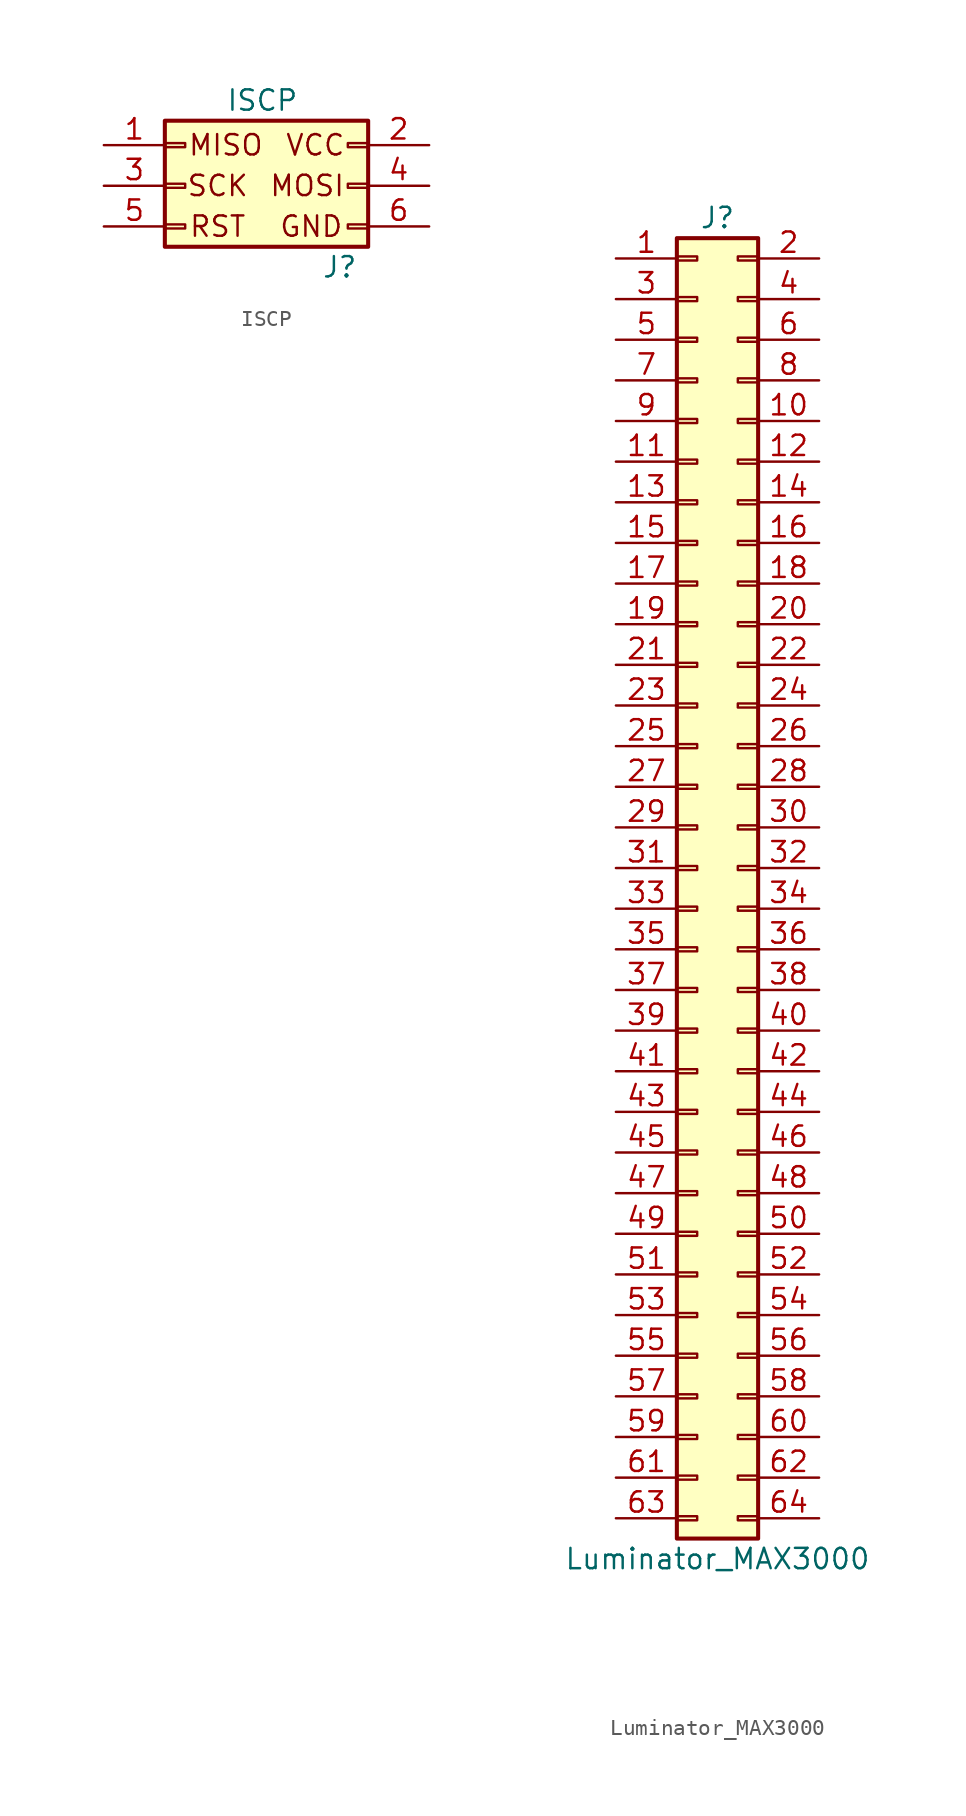
<source format=kicad_sym>
(kicad_symbol_lib
  (version 20211014)
  (generator kicad_symbol_editor)
  (symbol "ISCP"
    (pin_names
      (offset 1.016) hide)
    (property "Reference" "J"
      (at 4.572 -5.08 0)
      (effects (font (size 1.27 1.27))))
    (property "Value" "ISCP"
      (at -0.254 5.334 0)
      (effects (font (size 1.27 1.27))))
    (symbol "ISCP_0_0"
      (text "GND" (at 2.794 -2.54 0) (effects (font (size 1.27 1.27))))
      (text "MISO" (at -2.54 2.54 0) (effects (font (size 1.27 1.27))))
      (text "MOSI" (at 2.54 0 0) (effects (font (size 1.27 1.27))))
      (text "RST" (at -3.048 -2.54 0) (effects (font (size 1.27 1.27))))
      (text "SCK" (at -3.048 0 0) (effects (font (size 1.27 1.27))))
      (text "VCC" (at 3.048 2.54 0) (effects (font (size 1.27 1.27)))))
    (symbol "ISCP_1_1"
      (rectangle (start -6.35 -2.413) (end -5.08 -2.667) (stroke (width 0.152) (type default) (color 0 0 0 0)) (fill (type none)))
      (rectangle (start -6.35 0.127) (end -5.08 -0.127) (stroke (width 0.152) (type default) (color 0 0 0 0)) (fill (type none)))
      (rectangle (start -6.35 2.667) (end -5.08 2.413) (stroke (width 0.152) (type default) (color 0 0 0 0)) (fill (type none)))
      (rectangle (start -6.35 4.064) (end 6.35 -3.81) (stroke (width 0.254) (type default) (color 0 0 0 0)) (fill (type background)))
      (rectangle (start 6.35 -2.413) (end 5.08 -2.667) (stroke (width 0.152) (type default) (color 0 0 0 0)) (fill (type none)))
      (rectangle (start 6.35 0.127) (end 5.08 -0.127) (stroke (width 0.152) (type default) (color 0 0 0 0)) (fill (type none)))
      (rectangle (start 6.35 2.667) (end 5.08 2.413) (stroke (width 0.152) (type default) (color 0 0 0 0)) (fill (type none)))
      (pin passive line (at -10.16 2.54 0) (length 3.81) (name "Pin_1" (effects (font (size 1.27 1.27)))) (number "1" (effects (font (size 1.27 1.27)))))
      (pin passive line (at 10.16 2.54 180) (length 3.81) (name "Pin_2" (effects (font (size 1.27 1.27)))) (number "2" (effects (font (size 1.27 1.27)))))
      (pin passive line (at -10.16 0 0) (length 3.81) (name "Pin_3" (effects (font (size 1.27 1.27)))) (number "3" (effects (font (size 1.27 1.27)))))
      (pin passive line (at 10.16 0 180) (length 3.81) (name "Pin_4" (effects (font (size 1.27 1.27)))) (number "4" (effects (font (size 1.27 1.27)))))
      (pin passive line (at -10.16 -2.54 0) (length 3.81) (name "Pin_5" (effects (font (size 1.27 1.27)))) (number "5" (effects (font (size 1.27 1.27)))))
      (pin passive line (at 10.16 -2.54 180) (length 3.81) (name "Pin_6" (effects (font (size 1.27 1.27)))) (number "6" (effects (font (size 1.27 1.27)))))))
  (symbol "Luminator_MAX3000"
    (pin_names
      (offset 1.016) hide)
    (property "Reference" "J"
      (at 1.27 40.64 0)
      (effects (font (size 1.27 1.27))))
    (property "Value" "Luminator_MAX3000"
      (at 1.27 -43.18 0)
      (effects (font (size 1.27 1.27))))
    (symbol "Luminator_MAX3000_1_1"
      (rectangle (start -1.27 -40.513) (end 0 -40.767) (stroke (width 0.152) (type default) (color 0 0 0 0)) (fill (type none)))
      (rectangle (start -1.27 -37.973) (end 0 -38.227) (stroke (width 0.152) (type default) (color 0 0 0 0)) (fill (type none)))
      (rectangle (start -1.27 -35.433) (end 0 -35.687) (stroke (width 0.152) (type default) (color 0 0 0 0)) (fill (type none)))
      (rectangle (start -1.27 -32.893) (end 0 -33.147) (stroke (width 0.152) (type default) (color 0 0 0 0)) (fill (type none)))
      (rectangle (start -1.27 -30.353) (end 0 -30.607) (stroke (width 0.152) (type default) (color 0 0 0 0)) (fill (type none)))
      (rectangle (start -1.27 -27.813) (end 0 -28.067) (stroke (width 0.152) (type default) (color 0 0 0 0)) (fill (type none)))
      (rectangle (start -1.27 -25.273) (end 0 -25.527) (stroke (width 0.152) (type default) (color 0 0 0 0)) (fill (type none)))
      (rectangle (start -1.27 -22.733) (end 0 -22.987) (stroke (width 0.152) (type default) (color 0 0 0 0)) (fill (type none)))
      (rectangle (start -1.27 -20.193) (end 0 -20.447) (stroke (width 0.152) (type default) (color 0 0 0 0)) (fill (type none)))
      (rectangle (start -1.27 -17.653) (end 0 -17.907) (stroke (width 0.152) (type default) (color 0 0 0 0)) (fill (type none)))
      (rectangle (start -1.27 -15.113) (end 0 -15.367) (stroke (width 0.152) (type default) (color 0 0 0 0)) (fill (type none)))
      (rectangle (start -1.27 -12.573) (end 0 -12.827) (stroke (width 0.152) (type default) (color 0 0 0 0)) (fill (type none)))
      (rectangle (start -1.27 -10.033) (end 0 -10.287) (stroke (width 0.152) (type default) (color 0 0 0 0)) (fill (type none)))
      (rectangle (start -1.27 -7.493) (end 0 -7.747) (stroke (width 0.152) (type default) (color 0 0 0 0)) (fill (type none)))
      (rectangle (start -1.27 -4.953) (end 0 -5.207) (stroke (width 0.152) (type default) (color 0 0 0 0)) (fill (type none)))
      (rectangle (start -1.27 -2.413) (end 0 -2.667) (stroke (width 0.152) (type default) (color 0 0 0 0)) (fill (type none)))
      (rectangle (start -1.27 0.127) (end 0 -0.127) (stroke (width 0.152) (type default) (color 0 0 0 0)) (fill (type none)))
      (rectangle (start -1.27 2.667) (end 0 2.413) (stroke (width 0.152) (type default) (color 0 0 0 0)) (fill (type none)))
      (rectangle (start -1.27 5.207) (end 0 4.953) (stroke (width 0.152) (type default) (color 0 0 0 0)) (fill (type none)))
      (rectangle (start -1.27 7.747) (end 0 7.493) (stroke (width 0.152) (type default) (color 0 0 0 0)) (fill (type none)))
      (rectangle (start -1.27 10.287) (end 0 10.033) (stroke (width 0.152) (type default) (color 0 0 0 0)) (fill (type none)))
      (rectangle (start -1.27 12.827) (end 0 12.573) (stroke (width 0.152) (type default) (color 0 0 0 0)) (fill (type none)))
      (rectangle (start -1.27 15.367) (end 0 15.113) (stroke (width 0.152) (type default) (color 0 0 0 0)) (fill (type none)))
      (rectangle (start -1.27 17.907) (end 0 17.653) (stroke (width 0.152) (type default) (color 0 0 0 0)) (fill (type none)))
      (rectangle (start -1.27 20.447) (end 0 20.193) (stroke (width 0.152) (type default) (color 0 0 0 0)) (fill (type none)))
      (rectangle (start -1.27 22.987) (end 0 22.733) (stroke (width 0.152) (type default) (color 0 0 0 0)) (fill (type none)))
      (rectangle (start -1.27 25.527) (end 0 25.273) (stroke (width 0.152) (type default) (color 0 0 0 0)) (fill (type none)))
      (rectangle (start -1.27 28.067) (end 0 27.813) (stroke (width 0.152) (type default) (color 0 0 0 0)) (fill (type none)))
      (rectangle (start -1.27 30.607) (end 0 30.353) (stroke (width 0.152) (type default) (color 0 0 0 0)) (fill (type none)))
      (rectangle (start -1.27 33.147) (end 0 32.893) (stroke (width 0.152) (type default) (color 0 0 0 0)) (fill (type none)))
      (rectangle (start -1.27 35.687) (end 0 35.433) (stroke (width 0.152) (type default) (color 0 0 0 0)) (fill (type none)))
      (rectangle (start -1.27 38.227) (end 0 37.973) (stroke (width 0.152) (type default) (color 0 0 0 0)) (fill (type none)))
      (rectangle (start -1.27 39.37) (end 3.81 -41.91) (stroke (width 0.254) (type default) (color 0 0 0 0)) (fill (type background)))
      (rectangle (start 3.81 -40.513) (end 2.54 -40.767) (stroke (width 0.152) (type default) (color 0 0 0 0)) (fill (type none)))
      (rectangle (start 3.81 -37.973) (end 2.54 -38.227) (stroke (width 0.152) (type default) (color 0 0 0 0)) (fill (type none)))
      (rectangle (start 3.81 -35.433) (end 2.54 -35.687) (stroke (width 0.152) (type default) (color 0 0 0 0)) (fill (type none)))
      (rectangle (start 3.81 -32.893) (end 2.54 -33.147) (stroke (width 0.152) (type default) (color 0 0 0 0)) (fill (type none)))
      (rectangle (start 3.81 -30.353) (end 2.54 -30.607) (stroke (width 0.152) (type default) (color 0 0 0 0)) (fill (type none)))
      (rectangle (start 3.81 -27.813) (end 2.54 -28.067) (stroke (width 0.152) (type default) (color 0 0 0 0)) (fill (type none)))
      (rectangle (start 3.81 -25.273) (end 2.54 -25.527) (stroke (width 0.152) (type default) (color 0 0 0 0)) (fill (type none)))
      (rectangle (start 3.81 -22.733) (end 2.54 -22.987) (stroke (width 0.152) (type default) (color 0 0 0 0)) (fill (type none)))
      (rectangle (start 3.81 -20.193) (end 2.54 -20.447) (stroke (width 0.152) (type default) (color 0 0 0 0)) (fill (type none)))
      (rectangle (start 3.81 -17.653) (end 2.54 -17.907) (stroke (width 0.152) (type default) (color 0 0 0 0)) (fill (type none)))
      (rectangle (start 3.81 -15.113) (end 2.54 -15.367) (stroke (width 0.152) (type default) (color 0 0 0 0)) (fill (type none)))
      (rectangle (start 3.81 -12.573) (end 2.54 -12.827) (stroke (width 0.152) (type default) (color 0 0 0 0)) (fill (type none)))
      (rectangle (start 3.81 -10.033) (end 2.54 -10.287) (stroke (width 0.152) (type default) (color 0 0 0 0)) (fill (type none)))
      (rectangle (start 3.81 -7.493) (end 2.54 -7.747) (stroke (width 0.152) (type default) (color 0 0 0 0)) (fill (type none)))
      (rectangle (start 3.81 -4.953) (end 2.54 -5.207) (stroke (width 0.152) (type default) (color 0 0 0 0)) (fill (type none)))
      (rectangle (start 3.81 -2.413) (end 2.54 -2.667) (stroke (width 0.152) (type default) (color 0 0 0 0)) (fill (type none)))
      (rectangle (start 3.81 0.127) (end 2.54 -0.127) (stroke (width 0.152) (type default) (color 0 0 0 0)) (fill (type none)))
      (rectangle (start 3.81 2.667) (end 2.54 2.413) (stroke (width 0.152) (type default) (color 0 0 0 0)) (fill (type none)))
      (rectangle (start 3.81 5.207) (end 2.54 4.953) (stroke (width 0.152) (type default) (color 0 0 0 0)) (fill (type none)))
      (rectangle (start 3.81 7.747) (end 2.54 7.493) (stroke (width 0.152) (type default) (color 0 0 0 0)) (fill (type none)))
      (rectangle (start 3.81 10.287) (end 2.54 10.033) (stroke (width 0.152) (type default) (color 0 0 0 0)) (fill (type none)))
      (rectangle (start 3.81 12.827) (end 2.54 12.573) (stroke (width 0.152) (type default) (color 0 0 0 0)) (fill (type none)))
      (rectangle (start 3.81 15.367) (end 2.54 15.113) (stroke (width 0.152) (type default) (color 0 0 0 0)) (fill (type none)))
      (rectangle (start 3.81 17.907) (end 2.54 17.653) (stroke (width 0.152) (type default) (color 0 0 0 0)) (fill (type none)))
      (rectangle (start 3.81 20.447) (end 2.54 20.193) (stroke (width 0.152) (type default) (color 0 0 0 0)) (fill (type none)))
      (rectangle (start 3.81 22.987) (end 2.54 22.733) (stroke (width 0.152) (type default) (color 0 0 0 0)) (fill (type none)))
      (rectangle (start 3.81 25.527) (end 2.54 25.273) (stroke (width 0.152) (type default) (color 0 0 0 0)) (fill (type none)))
      (rectangle (start 3.81 28.067) (end 2.54 27.813) (stroke (width 0.152) (type default) (color 0 0 0 0)) (fill (type none)))
      (rectangle (start 3.81 30.607) (end 2.54 30.353) (stroke (width 0.152) (type default) (color 0 0 0 0)) (fill (type none)))
      (rectangle (start 3.81 33.147) (end 2.54 32.893) (stroke (width 0.152) (type default) (color 0 0 0 0)) (fill (type none)))
      (rectangle (start 3.81 35.687) (end 2.54 35.433) (stroke (width 0.152) (type default) (color 0 0 0 0)) (fill (type none)))
      (rectangle (start 3.81 38.227) (end 2.54 37.973) (stroke (width 0.152) (type default) (color 0 0 0 0)) (fill (type none)))
      (pin passive line (at -5.08 38.1 0) (length 3.81) (name "Pin_1" (effects (font (size 1.27 1.27)))) (number "1" (effects (font (size 1.27 1.27)))))
      (pin passive line (at 7.62 27.94 180) (length 3.81) (name "Pin_10" (effects (font (size 1.27 1.27)))) (number "10" (effects (font (size 1.27 1.27)))))
      (pin passive line (at -5.08 25.4 0) (length 3.81) (name "Pin_11" (effects (font (size 1.27 1.27)))) (number "11" (effects (font (size 1.27 1.27)))))
      (pin passive line (at 7.62 25.4 180) (length 3.81) (name "Pin_12" (effects (font (size 1.27 1.27)))) (number "12" (effects (font (size 1.27 1.27)))))
      (pin passive line (at -5.08 22.86 0) (length 3.81) (name "Pin_13" (effects (font (size 1.27 1.27)))) (number "13" (effects (font (size 1.27 1.27)))))
      (pin passive line (at 7.62 22.86 180) (length 3.81) (name "Pin_14" (effects (font (size 1.27 1.27)))) (number "14" (effects (font (size 1.27 1.27)))))
      (pin passive line (at -5.08 20.32 0) (length 3.81) (name "Pin_15" (effects (font (size 1.27 1.27)))) (number "15" (effects (font (size 1.27 1.27)))))
      (pin passive line (at 7.62 20.32 180) (length 3.81) (name "Pin_16" (effects (font (size 1.27 1.27)))) (number "16" (effects (font (size 1.27 1.27)))))
      (pin passive line (at -5.08 17.78 0) (length 3.81) (name "Pin_17" (effects (font (size 1.27 1.27)))) (number "17" (effects (font (size 1.27 1.27)))))
      (pin passive line (at 7.62 17.78 180) (length 3.81) (name "Pin_18" (effects (font (size 1.27 1.27)))) (number "18" (effects (font (size 1.27 1.27)))))
      (pin passive line (at -5.08 15.24 0) (length 3.81) (name "Pin_19" (effects (font (size 1.27 1.27)))) (number "19" (effects (font (size 1.27 1.27)))))
      (pin passive line (at 7.62 38.1 180) (length 3.81) (name "Pin_2" (effects (font (size 1.27 1.27)))) (number "2" (effects (font (size 1.27 1.27)))))
      (pin passive line (at 7.62 15.24 180) (length 3.81) (name "Pin_20" (effects (font (size 1.27 1.27)))) (number "20" (effects (font (size 1.27 1.27)))))
      (pin passive line (at -5.08 12.7 0) (length 3.81) (name "Pin_21" (effects (font (size 1.27 1.27)))) (number "21" (effects (font (size 1.27 1.27)))))
      (pin passive line (at 7.62 12.7 180) (length 3.81) (name "Pin_22" (effects (font (size 1.27 1.27)))) (number "22" (effects (font (size 1.27 1.27)))))
      (pin passive line (at -5.08 10.16 0) (length 3.81) (name "Pin_23" (effects (font (size 1.27 1.27)))) (number "23" (effects (font (size 1.27 1.27)))))
      (pin passive line (at 7.62 10.16 180) (length 3.81) (name "Pin_24" (effects (font (size 1.27 1.27)))) (number "24" (effects (font (size 1.27 1.27)))))
      (pin passive line (at -5.08 7.62 0) (length 3.81) (name "Pin_25" (effects (font (size 1.27 1.27)))) (number "25" (effects (font (size 1.27 1.27)))))
      (pin passive line (at 7.62 7.62 180) (length 3.81) (name "Pin_26" (effects (font (size 1.27 1.27)))) (number "26" (effects (font (size 1.27 1.27)))))
      (pin passive line (at -5.08 5.08 0) (length 3.81) (name "Pin_27" (effects (font (size 1.27 1.27)))) (number "27" (effects (font (size 1.27 1.27)))))
      (pin passive line (at 7.62 5.08 180) (length 3.81) (name "Pin_28" (effects (font (size 1.27 1.27)))) (number "28" (effects (font (size 1.27 1.27)))))
      (pin passive line (at -5.08 2.54 0) (length 3.81) (name "Pin_29" (effects (font (size 1.27 1.27)))) (number "29" (effects (font (size 1.27 1.27)))))
      (pin passive line (at -5.08 35.56 0) (length 3.81) (name "Pin_3" (effects (font (size 1.27 1.27)))) (number "3" (effects (font (size 1.27 1.27)))))
      (pin passive line (at 7.62 2.54 180) (length 3.81) (name "Pin_30" (effects (font (size 1.27 1.27)))) (number "30" (effects (font (size 1.27 1.27)))))
      (pin passive line (at -5.08 0 0) (length 3.81) (name "Pin_31" (effects (font (size 1.27 1.27)))) (number "31" (effects (font (size 1.27 1.27)))))
      (pin passive line (at 7.62 0 180) (length 3.81) (name "Pin_32" (effects (font (size 1.27 1.27)))) (number "32" (effects (font (size 1.27 1.27)))))
      (pin passive line (at -5.08 -2.54 0) (length 3.81) (name "Pin_33" (effects (font (size 1.27 1.27)))) (number "33" (effects (font (size 1.27 1.27)))))
      (pin passive line (at 7.62 -2.54 180) (length 3.81) (name "Pin_34" (effects (font (size 1.27 1.27)))) (number "34" (effects (font (size 1.27 1.27)))))
      (pin passive line (at -5.08 -5.08 0) (length 3.81) (name "Pin_35" (effects (font (size 1.27 1.27)))) (number "35" (effects (font (size 1.27 1.27)))))
      (pin passive line (at 7.62 -5.08 180) (length 3.81) (name "Pin_36" (effects (font (size 1.27 1.27)))) (number "36" (effects (font (size 1.27 1.27)))))
      (pin passive line (at -5.08 -7.62 0) (length 3.81) (name "Pin_37" (effects (font (size 1.27 1.27)))) (number "37" (effects (font (size 1.27 1.27)))))
      (pin passive line (at 7.62 -7.62 180) (length 3.81) (name "Pin_38" (effects (font (size 1.27 1.27)))) (number "38" (effects (font (size 1.27 1.27)))))
      (pin passive line (at -5.08 -10.16 0) (length 3.81) (name "Pin_39" (effects (font (size 1.27 1.27)))) (number "39" (effects (font (size 1.27 1.27)))))
      (pin passive line (at 7.62 35.56 180) (length 3.81) (name "Pin_4" (effects (font (size 1.27 1.27)))) (number "4" (effects (font (size 1.27 1.27)))))
      (pin passive line (at 7.62 -10.16 180) (length 3.81) (name "Pin_40" (effects (font (size 1.27 1.27)))) (number "40" (effects (font (size 1.27 1.27)))))
      (pin passive line (at -5.08 -12.7 0) (length 3.81) (name "Pin_41" (effects (font (size 1.27 1.27)))) (number "41" (effects (font (size 1.27 1.27)))))
      (pin passive line (at 7.62 -12.7 180) (length 3.81) (name "Pin_42" (effects (font (size 1.27 1.27)))) (number "42" (effects (font (size 1.27 1.27)))))
      (pin passive line (at -5.08 -15.24 0) (length 3.81) (name "Pin_43" (effects (font (size 1.27 1.27)))) (number "43" (effects (font (size 1.27 1.27)))))
      (pin passive line (at 7.62 -15.24 180) (length 3.81) (name "Pin_44" (effects (font (size 1.27 1.27)))) (number "44" (effects (font (size 1.27 1.27)))))
      (pin passive line (at -5.08 -17.78 0) (length 3.81) (name "Pin_45" (effects (font (size 1.27 1.27)))) (number "45" (effects (font (size 1.27 1.27)))))
      (pin passive line (at 7.62 -17.78 180) (length 3.81) (name "Pin_46" (effects (font (size 1.27 1.27)))) (number "46" (effects (font (size 1.27 1.27)))))
      (pin passive line (at -5.08 -20.32 0) (length 3.81) (name "Pin_47" (effects (font (size 1.27 1.27)))) (number "47" (effects (font (size 1.27 1.27)))))
      (pin passive line (at 7.62 -20.32 180) (length 3.81) (name "Pin_48" (effects (font (size 1.27 1.27)))) (number "48" (effects (font (size 1.27 1.27)))))
      (pin passive line (at -5.08 -22.86 0) (length 3.81) (name "Pin_49" (effects (font (size 1.27 1.27)))) (number "49" (effects (font (size 1.27 1.27)))))
      (pin passive line (at -5.08 33.02 0) (length 3.81) (name "Pin_5" (effects (font (size 1.27 1.27)))) (number "5" (effects (font (size 1.27 1.27)))))
      (pin passive line (at 7.62 -22.86 180) (length 3.81) (name "Pin_50" (effects (font (size 1.27 1.27)))) (number "50" (effects (font (size 1.27 1.27)))))
      (pin passive line (at -5.08 -25.4 0) (length 3.81) (name "Pin_51" (effects (font (size 1.27 1.27)))) (number "51" (effects (font (size 1.27 1.27)))))
      (pin passive line (at 7.62 -25.4 180) (length 3.81) (name "Pin_52" (effects (font (size 1.27 1.27)))) (number "52" (effects (font (size 1.27 1.27)))))
      (pin passive line (at -5.08 -27.94 0) (length 3.81) (name "Pin_53" (effects (font (size 1.27 1.27)))) (number "53" (effects (font (size 1.27 1.27)))))
      (pin passive line (at 7.62 -27.94 180) (length 3.81) (name "Pin_54" (effects (font (size 1.27 1.27)))) (number "54" (effects (font (size 1.27 1.27)))))
      (pin passive line (at -5.08 -30.48 0) (length 3.81) (name "Pin_55" (effects (font (size 1.27 1.27)))) (number "55" (effects (font (size 1.27 1.27)))))
      (pin passive line (at 7.62 -30.48 180) (length 3.81) (name "Pin_56" (effects (font (size 1.27 1.27)))) (number "56" (effects (font (size 1.27 1.27)))))
      (pin passive line (at -5.08 -33.02 0) (length 3.81) (name "Pin_57" (effects (font (size 1.27 1.27)))) (number "57" (effects (font (size 1.27 1.27)))))
      (pin passive line (at 7.62 -33.02 180) (length 3.81) (name "Pin_58" (effects (font (size 1.27 1.27)))) (number "58" (effects (font (size 1.27 1.27)))))
      (pin passive line (at -5.08 -35.56 0) (length 3.81) (name "Pin_59" (effects (font (size 1.27 1.27)))) (number "59" (effects (font (size 1.27 1.27)))))
      (pin passive line (at 7.62 33.02 180) (length 3.81) (name "Pin_6" (effects (font (size 1.27 1.27)))) (number "6" (effects (font (size 1.27 1.27)))))
      (pin passive line (at 7.62 -35.56 180) (length 3.81) (name "Pin_60" (effects (font (size 1.27 1.27)))) (number "60" (effects (font (size 1.27 1.27)))))
      (pin passive line (at -5.08 -38.1 0) (length 3.81) (name "Pin_61" (effects (font (size 1.27 1.27)))) (number "61" (effects (font (size 1.27 1.27)))))
      (pin passive line (at 7.62 -38.1 180) (length 3.81) (name "Pin_62" (effects (font (size 1.27 1.27)))) (number "62" (effects (font (size 1.27 1.27)))))
      (pin passive line (at -5.08 -40.64 0) (length 3.81) (name "Pin_63" (effects (font (size 1.27 1.27)))) (number "63" (effects (font (size 1.27 1.27)))))
      (pin passive line (at 7.62 -40.64 180) (length 3.81) (name "Pin_64" (effects (font (size 1.27 1.27)))) (number "64" (effects (font (size 1.27 1.27)))))
      (pin passive line (at -5.08 30.48 0) (length 3.81) (name "Pin_7" (effects (font (size 1.27 1.27)))) (number "7" (effects (font (size 1.27 1.27)))))
      (pin passive line (at 7.62 30.48 180) (length 3.81) (name "Pin_8" (effects (font (size 1.27 1.27)))) (number "8" (effects (font (size 1.27 1.27)))))
      (pin passive line (at -5.08 27.94 0) (length 3.81) (name "Pin_9" (effects (font (size 1.27 1.27)))) (number "9" (effects (font (size 1.27 1.27))))))))
</source>
